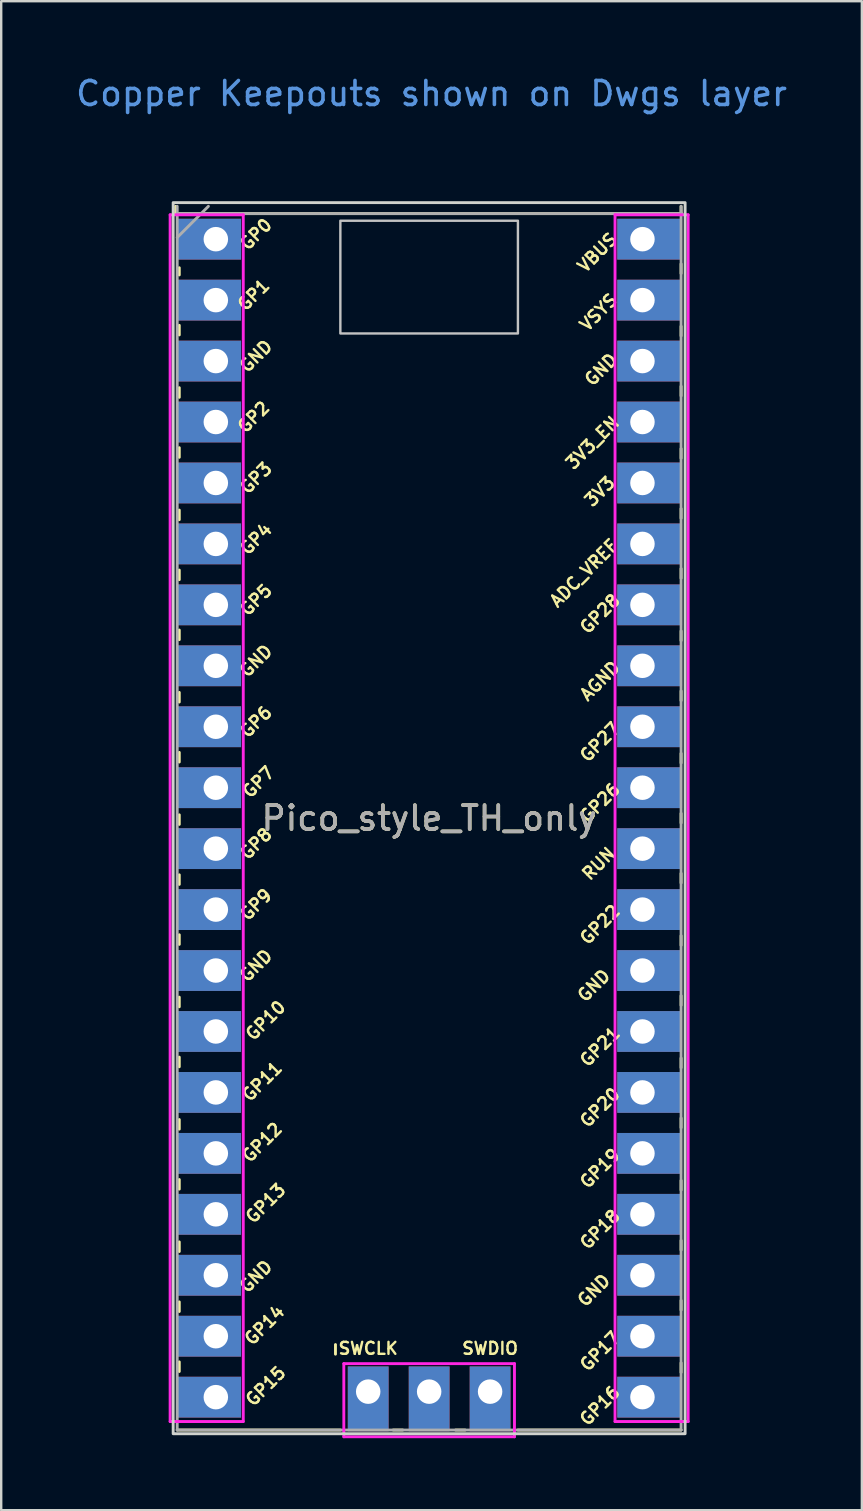
<source format=kicad_pcb>
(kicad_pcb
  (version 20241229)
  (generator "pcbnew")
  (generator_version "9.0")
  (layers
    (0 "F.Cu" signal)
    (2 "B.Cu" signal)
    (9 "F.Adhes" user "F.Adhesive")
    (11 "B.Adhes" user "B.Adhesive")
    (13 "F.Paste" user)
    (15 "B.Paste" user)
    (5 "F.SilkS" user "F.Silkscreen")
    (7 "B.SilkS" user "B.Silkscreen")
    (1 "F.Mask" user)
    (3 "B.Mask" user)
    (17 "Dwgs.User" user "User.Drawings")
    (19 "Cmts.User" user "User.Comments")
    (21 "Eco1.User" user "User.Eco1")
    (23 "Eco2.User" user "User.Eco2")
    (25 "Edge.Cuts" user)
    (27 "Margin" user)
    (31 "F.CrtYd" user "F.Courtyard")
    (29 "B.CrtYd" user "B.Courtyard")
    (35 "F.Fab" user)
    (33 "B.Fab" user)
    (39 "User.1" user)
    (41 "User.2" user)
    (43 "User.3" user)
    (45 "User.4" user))
  (footprint "Pico_style_TH_only"
    (layer "F.Cu")
    (at 14.835 31.048)
    (property "Reference" "Pico_style_TH_only" (at 0 0 0) (layer "F.SilkS") (effects (font (size 1 1) (thickness 0.15))))
    (attr through_hole exclude_from_bom)
    (fp_line (start -10.566 -25.499) (end -10.566 -25.199) (stroke (width 0.12) (type solid)) (layer "F.SilkS"))
    (fp_line (start -10.551 -25.195) (end 10.449 -25.195) (stroke (width 0.12) (type solid)) (layer "F.SilkS"))
    (fp_line (start -10.414 -22.94) (end -10.414 -22.64) (stroke (width 0.12) (type solid)) (layer "F.SilkS"))
    (fp_line (start -10.414 -20.54) (end -10.414 -20.14) (stroke (width 0.12) (type solid)) (layer "F.SilkS"))
    (fp_line (start -10.414 -17.94) (end -10.414 -17.54) (stroke (width 0.12) (type solid)) (layer "F.SilkS"))
    (fp_line (start -10.414 -15.44) (end -10.414 -15.04) (stroke (width 0.12) (type solid)) (layer "F.SilkS"))
    (fp_line (start -10.414 -12.84) (end -10.414 -12.44) (stroke (width 0.12) (type solid)) (layer "F.SilkS"))
    (fp_line (start -10.414 -10.34) (end -10.414 -9.94) (stroke (width 0.12) (type solid)) (layer "F.SilkS"))
    (fp_line (start -10.414 -7.84) (end -10.414 -7.44) (stroke (width 0.12) (type solid)) (layer "F.SilkS"))
    (fp_line (start -10.414 -5.24) (end -10.414 -4.84) (stroke (width 0.12) (type solid)) (layer "F.SilkS"))
    (fp_line (start -10.414 -2.74) (end -10.414 -2.34) (stroke (width 0.12) (type solid)) (layer "F.SilkS"))
    (fp_line (start -10.414 -0.14) (end -10.414 0.26) (stroke (width 0.12) (type solid)) (layer "F.SilkS"))
    (fp_line (start -10.414 2.36) (end -10.414 2.76) (stroke (width 0.12) (type solid)) (layer "F.SilkS"))
    (fp_line (start -10.414 4.86) (end -10.414 5.26) (stroke (width 0.12) (type solid)) (layer "F.SilkS"))
    (fp_line (start -10.414 7.46) (end -10.414 7.86) (stroke (width 0.12) (type solid)) (layer "F.SilkS"))
    (fp_line (start -10.414 9.96) (end -10.414 10.36) (stroke (width 0.12) (type solid)) (layer "F.SilkS"))
    (fp_line (start -10.414 12.56) (end -10.414 12.96) (stroke (width 0.12) (type solid)) (layer "F.SilkS"))
    (fp_line (start -10.414 15.06) (end -10.414 15.46) (stroke (width 0.12) (type solid)) (layer "F.SilkS"))
    (fp_line (start -10.414 17.66) (end -10.414 18.06) (stroke (width 0.12) (type solid)) (layer "F.SilkS"))
    (fp_line (start -10.414 20.16) (end -10.414 20.56) (stroke (width 0.12) (type solid)) (layer "F.SilkS"))
    (fp_line (start -10.414 22.66) (end -10.414 23.06) (stroke (width 0.12) (type solid)) (layer "F.SilkS"))
    (fp_line (start -3.904 21.938) (end -3.904 22.338) (stroke (width 0.12) (type solid)) (layer "F.SilkS"))
    (fp_line (start -3.7 25.5) (end -10.5 25.5) (stroke (width 0.12) (type solid)) (layer "F.SilkS"))
    (fp_line (start -1.5 25.5) (end -1.1 25.5) (stroke (width 0.12) (type solid)) (layer "F.SilkS"))
    (fp_line (start 1.1 25.5) (end 1.5 25.5) (stroke (width 0.12) (type solid)) (layer "F.SilkS"))
    (fp_line (start 10.5 -25.5) (end 10.5 -25.2) (stroke (width 0.12) (type solid)) (layer "F.SilkS"))
    (fp_line (start 10.5 -23.1) (end 10.5 -22.7) (stroke (width 0.12) (type solid)) (layer "F.SilkS"))
    (fp_line (start 10.5 -20.5) (end 10.5 -20.1) (stroke (width 0.12) (type solid)) (layer "F.SilkS"))
    (fp_line (start 10.5 -18) (end 10.5 -17.6) (stroke (width 0.12) (type solid)) (layer "F.SilkS"))
    (fp_line (start 10.5 -15.4) (end 10.5 -15) (stroke (width 0.12) (type solid)) (layer "F.SilkS"))
    (fp_line (start 10.5 -12.9) (end 10.5 -12.5) (stroke (width 0.12) (type solid)) (layer "F.SilkS"))
    (fp_line (start 10.5 -10.4) (end 10.5 -10) (stroke (width 0.12) (type solid)) (layer "F.SilkS"))
    (fp_line (start 10.5 -7.8) (end 10.5 -7.4) (stroke (width 0.12) (type solid)) (layer "F.SilkS"))
    (fp_line (start 10.5 -5.3) (end 10.5 -4.9) (stroke (width 0.12) (type solid)) (layer "F.SilkS"))
    (fp_line (start 10.5 -2.7) (end 10.5 -2.3) (stroke (width 0.12) (type solid)) (layer "F.SilkS"))
    (fp_line (start 10.5 -0.2) (end 10.5 0.2) (stroke (width 0.12) (type solid)) (layer "F.SilkS"))
    (fp_line (start 10.5 2.3) (end 10.5 2.7) (stroke (width 0.12) (type solid)) (layer "F.SilkS"))
    (fp_line (start 10.5 4.9) (end 10.5 5.3) (stroke (width 0.12) (type solid)) (layer "F.SilkS"))
    (fp_line (start 10.5 7.4) (end 10.5 7.8) (stroke (width 0.12) (type solid)) (layer "F.SilkS"))
    (fp_line (start 10.5 10) (end 10.5 10.4) (stroke (width 0.12) (type solid)) (layer "F.SilkS"))
    (fp_line (start 10.5 12.5) (end 10.5 12.9) (stroke (width 0.12) (type solid)) (layer "F.SilkS"))
    (fp_line (start 10.5 15.1) (end 10.5 15.5) (stroke (width 0.12) (type solid)) (layer "F.SilkS"))
    (fp_line (start 10.5 17.6) (end 10.5 18) (stroke (width 0.12) (type solid)) (layer "F.SilkS"))
    (fp_line (start 10.5 20.1) (end 10.5 20.5) (stroke (width 0.12) (type solid)) (layer "F.SilkS"))
    (fp_line (start 10.5 22.7) (end 10.5 23.1) (stroke (width 0.12) (type solid)) (layer "F.SilkS"))
    (fp_line (start 10.5 25.5) (end 3.7 25.5) (stroke (width 0.12) (type solid)) (layer "F.SilkS"))
    (fp_poly (pts (xy 3.7 -20.2) (xy -3.7 -20.2) (xy -3.7 -24.9) (xy 3.7 -24.9)) (stroke (width 0.1) (type solid)) (fill no) (layer "Dwgs.User"))
    (fp_rect (start 10.668 -25.654) (end -10.668 25.654) (stroke (width 0.12) (type solid)) (fill no) (layer "Edge.Cuts"))
    (fp_line (start -10.668 -25.654) (end 10.668 -25.654) (stroke (width 0.05) (type solid)) (layer "B.CrtYd"))
    (fp_line (start -10.668 25.654) (end -10.668 -25.654) (stroke (width 0.05) (type solid)) (layer "B.CrtYd"))
    (fp_line (start 10.668 -25.654) (end 10.668 25.654) (stroke (width 0.05) (type solid)) (layer "B.CrtYd"))
    (fp_line (start 10.668 25.654) (end -10.668 25.654) (stroke (width 0.05) (type solid)) (layer "B.CrtYd"))
    (fp_line (start -10.795 25.146) (end -10.795 -25.146) (stroke (width 0.12) (type solid)) (layer "F.CrtYd"))
    (fp_line (start -7.747 -25.146) (end -10.795 -25.146) (stroke (width 0.12) (type solid)) (layer "F.CrtYd"))
    (fp_line (start -7.747 25.146) (end -10.795 25.146) (stroke (width 0.12) (type solid)) (layer "F.CrtYd"))
    (fp_line (start -7.747 25.146) (end -7.747 -25.146) (stroke (width 0.12) (type solid)) (layer "F.CrtYd"))
    (fp_line (start -3.556 22.733) (end -3.556 25.781) (stroke (width 0.12) (type solid)) (layer "F.CrtYd"))
    (fp_line (start 3.556 22.733) (end -3.556 22.733) (stroke (width 0.12) (type solid)) (layer "F.CrtYd"))
    (fp_line (start 3.556 22.733) (end 3.556 25.781) (stroke (width 0.12) (type solid)) (layer "F.CrtYd"))
    (fp_line (start 3.556 25.781) (end -3.556 25.781) (stroke (width 0.12) (type solid)) (layer "F.CrtYd"))
    (fp_line (start 7.747 -25.146) (end 7.747 25.146) (stroke (width 0.12) (type solid)) (layer "F.CrtYd"))
    (fp_line (start 7.747 -25.146) (end 10.795 -25.146) (stroke (width 0.12) (type solid)) (layer "F.CrtYd"))
    (fp_line (start 10.795 -25.146) (end 10.795 25.146) (stroke (width 0.12) (type solid)) (layer "F.CrtYd"))
    (fp_line (start 10.795 25.146) (end 7.747 25.146) (stroke (width 0.12) (type solid)) (layer "F.CrtYd"))
    (fp_line (start -10.5 -24.2) (end -9.2 -25.5) (stroke (width 0.12) (type solid)) (layer "F.Fab"))
    (fp_line (start -10.5 25.5) (end -10.5 -25.5) (stroke (width 0.12) (type solid)) (layer "F.Fab"))
    (fp_line (start -10.465 -25.197) (end 10.535 -25.197) (stroke (width 0.12) (type solid)) (layer "F.Fab"))
    (fp_line (start 10.5 -25.5) (end 10.5 25.5) (stroke (width 0.12) (type solid)) (layer "F.Fab"))
    (fp_line (start 10.5 25.5) (end -10.5 25.5) (stroke (width 0.12) (type solid)) (layer "F.Fab"))
    (fp_text user "GP7" (at -7.115 -1.503 45) (layer "F.SilkS") (effects (font (size 0.5 0.5) (thickness 0.1))))
    (fp_text user "GP12" (at -6.961 13.513 45) (layer "F.SilkS") (effects (font (size 0.5 0.5) (thickness 0.1))))
    (fp_text user "GP21" (at 7.12 9.529 45) (layer "F.SilkS") (effects (font (size 0.5 0.5) (thickness 0.1))))
    (fp_text user "GP15" (at -6.815 23.673 45) (layer "F.SilkS") (effects (font (size 0.5 0.5) (thickness 0.1))))
    (fp_text user "GP19" (at 7.12 14.599 45) (layer "F.SilkS") (effects (font (size 0.5 0.5) (thickness 0.1))))
    (fp_text user "GP5" (at -7.215 -9.093 45) (layer "F.SilkS") (effects (font (size 0.5 0.5) (thickness 0.1))))
    (fp_text user "GP27" (at 7.12 -3.171 45) (layer "F.SilkS") (effects (font (size 0.5 0.5) (thickness 0.1))))
    (fp_text user "GND" (at -7.215 19.101 45) (layer "F.SilkS") (effects (font (size 0.5 0.5) (thickness 0.1))))
    (fp_text user "GP4" (at -7.215 -11.633 45) (layer "F.SilkS") (effects (font (size 0.5 0.5) (thickness 0.1))))
    (fp_text user "GP26" (at 7.12 -0.641 45) (layer "F.SilkS") (effects (font (size 0.5 0.5) (thickness 0.1))))
    (fp_text user "GP18" (at 7.12 17.139 45) (layer "F.SilkS") (effects (font (size 0.5 0.5) (thickness 0.1))))
    (fp_text user "GP8" (at -7.215 1.067 45) (layer "F.SilkS") (effects (font (size 0.5 0.5) (thickness 0.1))))
    (fp_text user "3V3_EN" (at 6.807 -15.646 45) (layer "F.SilkS") (effects (font (size 0.5 0.5) (thickness 0.1))))
    (fp_text user "SWCLK" (at -2.54 22.098 0) (layer "F.SilkS") (effects (font (size 0.5 0.5) (thickness 0.1))))
    (fp_text user "GND" (at -7.215 6.147 45) (layer "F.SilkS") (effects (font (size 0.5 0.5) (thickness 0.1))))
    (fp_text user "GND" (at 7.163 -18.694 45) (layer "F.SilkS") (effects (font (size 0.5 0.5) (thickness 0.1))))
    (fp_text user "GP13" (at -6.815 16.053 45) (layer "F.SilkS") (effects (font (size 0.5 0.5) (thickness 0.1))))
    (fp_text user "GP14" (at -6.861 21.133 45) (layer "F.SilkS") (effects (font (size 0.5 0.5) (thickness 0.1))))
    (fp_text user "GP0" (at -7.215 -24.333 45) (layer "F.SilkS") (effects (font (size 0.5 0.5) (thickness 0.1))))
    (fp_text user "GP11" (at -6.961 10.973 45) (layer "F.SilkS") (effects (font (size 0.5 0.5) (thickness 0.1))))
    (fp_text user "GP1" (at -7.315 -21.803 45) (layer "F.SilkS") (effects (font (size 0.5 0.5) (thickness 0.1))))
    (fp_text user "GP16" (at 7.112 24.486 45) (layer "F.SilkS") (effects (font (size 0.5 0.5) (thickness 0.1))))
    (fp_text user "GP20" (at 7.12 12.059 45) (layer "F.SilkS") (effects (font (size 0.5 0.5) (thickness 0.1))))
    (fp_text user "GND" (at -7.215 -19.253 45) (layer "F.SilkS") (effects (font (size 0.5 0.5) (thickness 0.1))))
    (fp_text user "GP17" (at 7.12 22.219 45) (layer "F.SilkS") (effects (font (size 0.5 0.5) (thickness 0.1))))
    (fp_text user "GP2" (at -7.315 -16.713 45) (layer "F.SilkS") (effects (font (size 0.5 0.5) (thickness 0.1))))
    (fp_text user "VBUS" (at 7.01 -23.571 45) (layer "F.SilkS") (effects (font (size 0.5 0.5) (thickness 0.1))))
    (fp_text user "VSYS" (at 7.061 -21.082 45) (layer "F.SilkS") (effects (font (size 0.5 0.5) (thickness 0.1))))
    (fp_text user "3V3" (at 7.112 -13.614 45) (layer "F.SilkS") (effects (font (size 0.5 0.5) (thickness 0.1))))
    (fp_text user "GND" (at 6.866 19.679 45) (layer "F.SilkS") (effects (font (size 0.5 0.5) (thickness 0.1))))
    (fp_text user "GP22" (at 7.12 4.439 45) (layer "F.SilkS") (effects (font (size 0.5 0.5) (thickness 0.1))))
    (fp_text user "GP6" (at -7.215 -4.013 45) (layer "F.SilkS") (effects (font (size 0.5 0.5) (thickness 0.1))))
    (fp_text user "GND" (at 6.866 6.979 45) (layer "F.SilkS") (effects (font (size 0.5 0.5) (thickness 0.1))))
    (fp_text user "SWDIO" (at 2.54 22.098 0) (layer "F.SilkS") (effects (font (size 0.5 0.5) (thickness 0.1))))
    (fp_text user "GP9" (at -7.215 3.607 45) (layer "F.SilkS") (effects (font (size 0.5 0.5) (thickness 0.1))))
    (fp_text user "AGND" (at 7.12 -5.721 45) (layer "F.SilkS") (effects (font (size 0.5 0.5) (thickness 0.1))))
    (fp_text user "RUN" (at 7.066 1.899 45) (layer "F.SilkS") (effects (font (size 0.5 0.5) (thickness 0.1))))
    (fp_text user "GP28" (at 7.12 -8.515 45) (layer "F.SilkS") (effects (font (size 0.5 0.5) (thickness 0.1))))
    (fp_text user "GND" (at -7.215 -6.553 45) (layer "F.SilkS") (effects (font (size 0.5 0.5) (thickness 0.1))))
    (fp_text user "GP3" (at -7.215 -14.173 45) (layer "F.SilkS") (effects (font (size 0.5 0.5) (thickness 0.1))))
    (fp_text user "GP10" (at -6.815 8.433 45) (layer "F.SilkS") (effects (font (size 0.5 0.5) (thickness 0.1))))
    (fp_text user "ADC_VREF" (at 6.452 -10.211 45) (layer "F.SilkS") (effects (font (size 0.5 0.5) (thickness 0.1))))
    (fp_text user "Copper Keepouts shown on Dwgs layer" (at 0.1 -30.2 0) (layer "Cmts.User") (effects (font (size 1 1) (thickness 0.15))))
    (fp_text user "${REFERENCE}" (at 0 0 180) (layer "F.Fab") (effects (font (size 1 1) (thickness 0.15))))
    (pad "1" thru_hole rect (at -8.89 -24.13) (size 2.7 1.7) (drill 1.02 (offset -0.3 0)) (layers "*.Cu" "*.Mask"))
    (pad "2" thru_hole rect (at -8.89 -21.59) (size 2.7 1.7) (drill 1.02 (offset -0.3 0)) (layers "*.Cu" "*.Mask"))
    (pad "3" thru_hole rect (at -8.89 -19.05) (size 2.7 1.7) (drill 1.02 (offset -0.3 0)) (layers "*.Cu" "*.Mask"))
    (pad "4" thru_hole rect (at -8.89 -16.51) (size 2.7 1.7) (drill 1.02 (offset -0.3 0)) (layers "*.Cu" "*.Mask"))
    (pad "5" thru_hole rect (at -8.89 -13.97) (size 2.7 1.7) (drill 1.02 (offset -0.3 0)) (layers "*.Cu" "*.Mask"))
    (pad "6" thru_hole rect (at -8.89 -11.43) (size 2.7 1.7) (drill 1.02 (offset -0.3 0)) (layers "*.Cu" "*.Mask"))
    (pad "7" thru_hole rect (at -8.89 -8.89) (size 2.7 1.7) (drill 1.02 (offset -0.3 0)) (layers "*.Cu" "*.Mask"))
    (pad "8" thru_hole rect (at -8.89 -6.35) (size 2.7 1.7) (drill 1.02 (offset -0.3 0)) (layers "*.Cu" "*.Mask"))
    (pad "9" thru_hole rect (at -8.89 -3.81) (size 2.7 1.7) (drill 1.02 (offset -0.3 0)) (layers "*.Cu" "*.Mask"))
    (pad "10" thru_hole rect (at -8.89 -1.27) (size 2.7 1.7) (drill 1.02 (offset -0.3 0)) (layers "*.Cu" "*.Mask"))
    (pad "11" thru_hole rect (at -8.89 1.27) (size 2.7 1.7) (drill 1.02 (offset -0.3 0)) (layers "*.Cu" "*.Mask"))
    (pad "12" thru_hole rect (at -8.89 3.81) (size 2.7 1.7) (drill 1.02 (offset -0.3 0)) (layers "*.Cu" "*.Mask"))
    (pad "13" thru_hole rect (at -8.89 6.35) (size 2.7 1.7) (drill 1.02 (offset -0.3 0)) (layers "*.Cu" "*.Mask"))
    (pad "14" thru_hole rect (at -8.89 8.89) (size 2.7 1.7) (drill 1.02 (offset -0.3 0)) (layers "*.Cu" "*.Mask"))
    (pad "15" thru_hole rect (at -8.89 11.43) (size 2.7 1.7) (drill 1.02 (offset -0.3 0)) (layers "*.Cu" "*.Mask"))
    (pad "16" thru_hole rect (at -8.89 13.97) (size 2.7 1.7) (drill 1.02 (offset -0.3 0)) (layers "*.Cu" "*.Mask"))
    (pad "17" thru_hole rect (at -8.89 16.51) (size 2.7 1.7) (drill 1.02 (offset -0.3 0)) (layers "*.Cu" "*.Mask"))
    (pad "18" thru_hole rect (at -8.89 19.05) (size 2.7 1.7) (drill 1.02 (offset -0.3 0)) (layers "*.Cu" "*.Mask"))
    (pad "19" thru_hole rect (at -8.89 21.59) (size 2.7 1.7) (drill 1.02 (offset -0.3 0)) (layers "*.Cu" "*.Mask"))
    (pad "20" thru_hole rect (at -8.89 24.13) (size 2.7 1.7) (drill 1.02 (offset -0.3 0)) (layers "*.Cu" "*.Mask"))
    (pad "21" thru_hole rect (at 8.89 24.13) (size 2.7 1.7) (drill 1.02 (offset 0.3 0)) (layers "*.Cu" "*.Mask"))
    (pad "22" thru_hole rect (at 8.89 21.59) (size 2.7 1.7) (drill 1.02 (offset 0.3 0)) (layers "*.Cu" "*.Mask"))
    (pad "23" thru_hole rect (at 8.89 19.05) (size 2.7 1.7) (drill 1.02 (offset 0.3 0)) (layers "*.Cu" "*.Mask"))
    (pad "24" thru_hole rect (at 8.89 16.51) (size 2.7 1.7) (drill 1.02 (offset 0.3 0)) (layers "*.Cu" "*.Mask"))
    (pad "25" thru_hole rect (at 8.89 13.97) (size 2.7 1.7) (drill 1.02 (offset 0.3 0)) (layers "*.Cu" "*.Mask"))
    (pad "26" thru_hole rect (at 8.89 11.43) (size 2.7 1.7) (drill 1.02 (offset 0.3 0)) (layers "*.Cu" "*.Mask"))
    (pad "27" thru_hole rect (at 8.89 8.89) (size 2.7 1.7) (drill 1.02 (offset 0.3 0)) (layers "*.Cu" "*.Mask"))
    (pad "28" thru_hole rect (at 8.89 6.35) (size 2.7 1.7) (drill 1.02 (offset 0.3 0)) (layers "*.Cu" "*.Mask"))
    (pad "29" thru_hole rect (at 8.89 3.81) (size 2.7 1.7) (drill 1.02 (offset 0.3 0)) (layers "*.Cu" "*.Mask"))
    (pad "30" thru_hole rect (at 8.89 1.27) (size 2.7 1.7) (drill 1.02 (offset 0.3 0)) (layers "*.Cu" "*.Mask"))
    (pad "31" thru_hole rect (at 8.89 -1.27) (size 2.7 1.7) (drill 1.02 (offset 0.3 0)) (layers "*.Cu" "*.Mask"))
    (pad "32" thru_hole rect (at 8.89 -3.81) (size 2.7 1.7) (drill 1.02 (offset 0.3 0)) (layers "*.Cu" "*.Mask"))
    (pad "33" thru_hole rect (at 8.89 -6.35) (size 2.7 1.7) (drill 1.02 (offset 0.3 0)) (layers "*.Cu" "*.Mask"))
    (pad "34" thru_hole rect (at 8.89 -8.89) (size 2.7 1.7) (drill 1.02 (offset 0.3 0)) (layers "*.Cu" "*.Mask"))
    (pad "35" thru_hole rect (at 8.89 -11.43) (size 2.7 1.7) (drill 1.02 (offset 0.3 0)) (layers "*.Cu" "*.Mask"))
    (pad "36" thru_hole rect (at 8.89 -13.97) (size 2.7 1.7) (drill 1.02 (offset 0.3 0)) (layers "*.Cu" "*.Mask"))
    (pad "37" thru_hole rect (at 8.89 -16.51) (size 2.7 1.7) (drill 1.02 (offset 0.3 0)) (layers "*.Cu" "*.Mask"))
    (pad "38" thru_hole rect (at 8.89 -19.05) (size 2.7 1.7) (drill 1.02 (offset 0.3 0)) (layers "*.Cu" "*.Mask"))
    (pad "39" thru_hole rect (at 8.89 -21.59) (size 2.7 1.7) (drill 1.02 (offset 0.3 0)) (layers "*.Cu" "*.Mask"))
    (pad "40" thru_hole rect (at 8.89 -24.13) (size 2.7 1.7) (drill 1.02 (offset 0.3 0)) (layers "*.Cu" "*.Mask"))
    (pad "41" thru_hole rect (at -2.54 23.9) (size 1.7 2.7) (drill 1.02 (offset 0 0.3)) (layers "*.Cu" "*.Mask"))
    (pad "42" thru_hole rect (at 0 23.9) (size 1.7 2.7) (drill 1.02 (offset 0 0.3)) (layers "*.Cu" "*.Mask"))
    (pad "43" thru_hole rect (at 2.54 23.9) (size 1.7 2.7) (drill 1.02 (offset 0 0.3)) (layers "*.Cu" "*.Mask")))
  (gr_rect
    (start -3 -3)
    (end 32.869 59.889)
    (stroke (width 0.1) (type default))
    (fill no)
    (layer "Edge.Cuts")))
</source>
